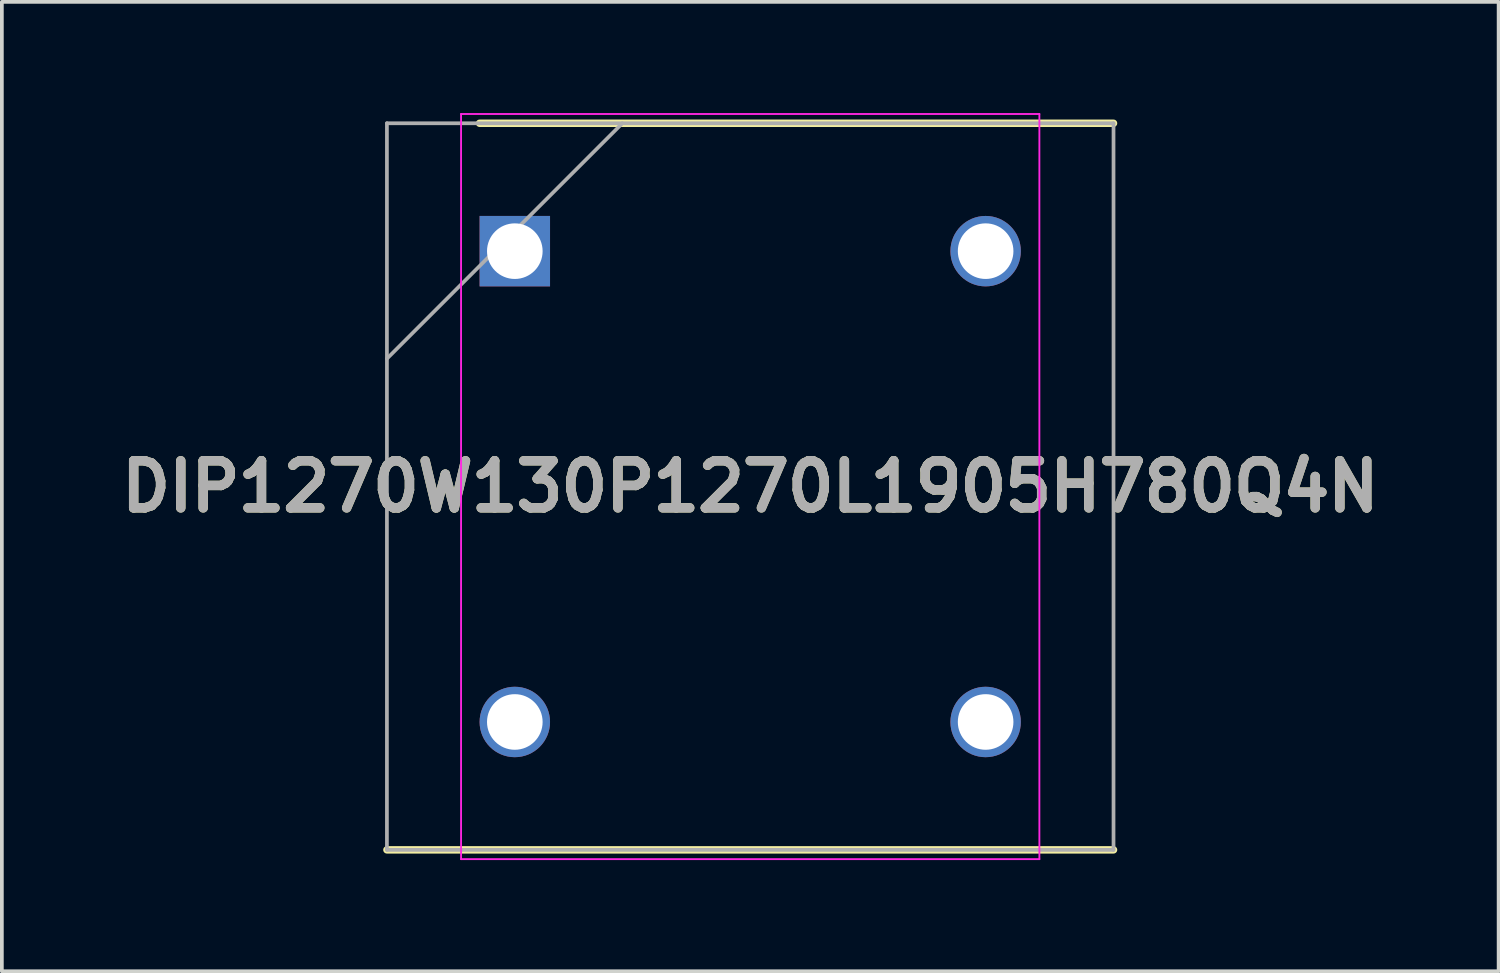
<source format=kicad_pcb>
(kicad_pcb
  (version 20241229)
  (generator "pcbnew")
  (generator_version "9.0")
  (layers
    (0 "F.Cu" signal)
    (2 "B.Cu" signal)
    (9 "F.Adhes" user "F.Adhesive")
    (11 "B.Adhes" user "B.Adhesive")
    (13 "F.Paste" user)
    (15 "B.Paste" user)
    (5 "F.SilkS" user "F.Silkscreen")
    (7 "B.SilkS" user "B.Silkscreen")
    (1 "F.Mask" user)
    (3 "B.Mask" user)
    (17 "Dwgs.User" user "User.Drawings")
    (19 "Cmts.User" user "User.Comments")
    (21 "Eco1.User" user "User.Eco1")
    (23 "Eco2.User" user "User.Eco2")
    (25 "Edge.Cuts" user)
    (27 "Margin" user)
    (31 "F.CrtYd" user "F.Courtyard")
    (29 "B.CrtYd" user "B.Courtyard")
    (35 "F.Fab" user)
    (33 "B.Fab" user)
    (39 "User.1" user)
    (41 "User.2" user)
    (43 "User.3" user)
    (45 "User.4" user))
  (footprint "DIP1270W130P1270L1905H780Q4N"
    (layer "F.Cu")
    (at 17.187 10.075)
    (property "Reference" "DIP1270W130P1270L1905H780Q4N" (at 0 0 0) (layer "F.SilkS") (effects (font (size 1.27 1.27) (thickness 0.254))))
    (attr through_hole)
    (fp_line (start -9.8 9.8) (end 9.8 9.8) (stroke (width 0.2) (type solid)) (layer "F.SilkS"))
    (fp_line (start -7.3 -9.8) (end 9.8 -9.8) (stroke (width 0.2) (type solid)) (layer "F.SilkS"))
    (fp_line (start -7.8 -10.05) (end 7.8 -10.05) (stroke (width 0.05) (type solid)) (layer "F.CrtYd"))
    (fp_line (start -7.8 10.05) (end -7.8 -10.05) (stroke (width 0.05) (type solid)) (layer "F.CrtYd"))
    (fp_line (start 7.8 -10.05) (end 7.8 10.05) (stroke (width 0.05) (type solid)) (layer "F.CrtYd"))
    (fp_line (start 7.8 10.05) (end -7.8 10.05) (stroke (width 0.05) (type solid)) (layer "F.CrtYd"))
    (fp_line (start -9.8 -9.8) (end 9.8 -9.8) (stroke (width 0.1) (type solid)) (layer "F.Fab"))
    (fp_line (start -9.8 -3.45) (end -3.45 -9.8) (stroke (width 0.1) (type solid)) (layer "F.Fab"))
    (fp_line (start -9.8 9.8) (end -9.8 -9.8) (stroke (width 0.1) (type solid)) (layer "F.Fab"))
    (fp_line (start 9.8 -9.8) (end 9.8 9.8) (stroke (width 0.1) (type solid)) (layer "F.Fab"))
    (fp_line (start 9.8 9.8) (end -9.8 9.8) (stroke (width 0.1) (type solid)) (layer "F.Fab"))
    (fp_text user "${REFERENCE}" (at 0 0 0) (layer "F.Fab") (effects (font (size 1.27 1.27) (thickness 0.254))))
    (pad "1" thru_hole rect (at -6.35 -6.35) (size 1.9 1.9) (drill 1.5) (layers "*.Cu" "*.Mask"))
    (pad "2" thru_hole circle (at -6.35 6.35) (size 1.9 1.9) (drill 1.5) (layers "*.Cu" "*.Mask"))
    (pad "3" thru_hole circle (at 6.35 6.35) (size 1.9 1.9) (drill 1.5) (layers "*.Cu" "*.Mask"))
    (pad "4" thru_hole circle (at 6.35 -6.35) (size 1.9 1.9) (drill 1.5) (layers "*.Cu" "*.Mask")))
  (gr_rect
    (start -3 -3)
    (end 37.375 23.15)
    (stroke (width 0.1) (type default))
    (fill no)
    (layer "Edge.Cuts")))
</source>
